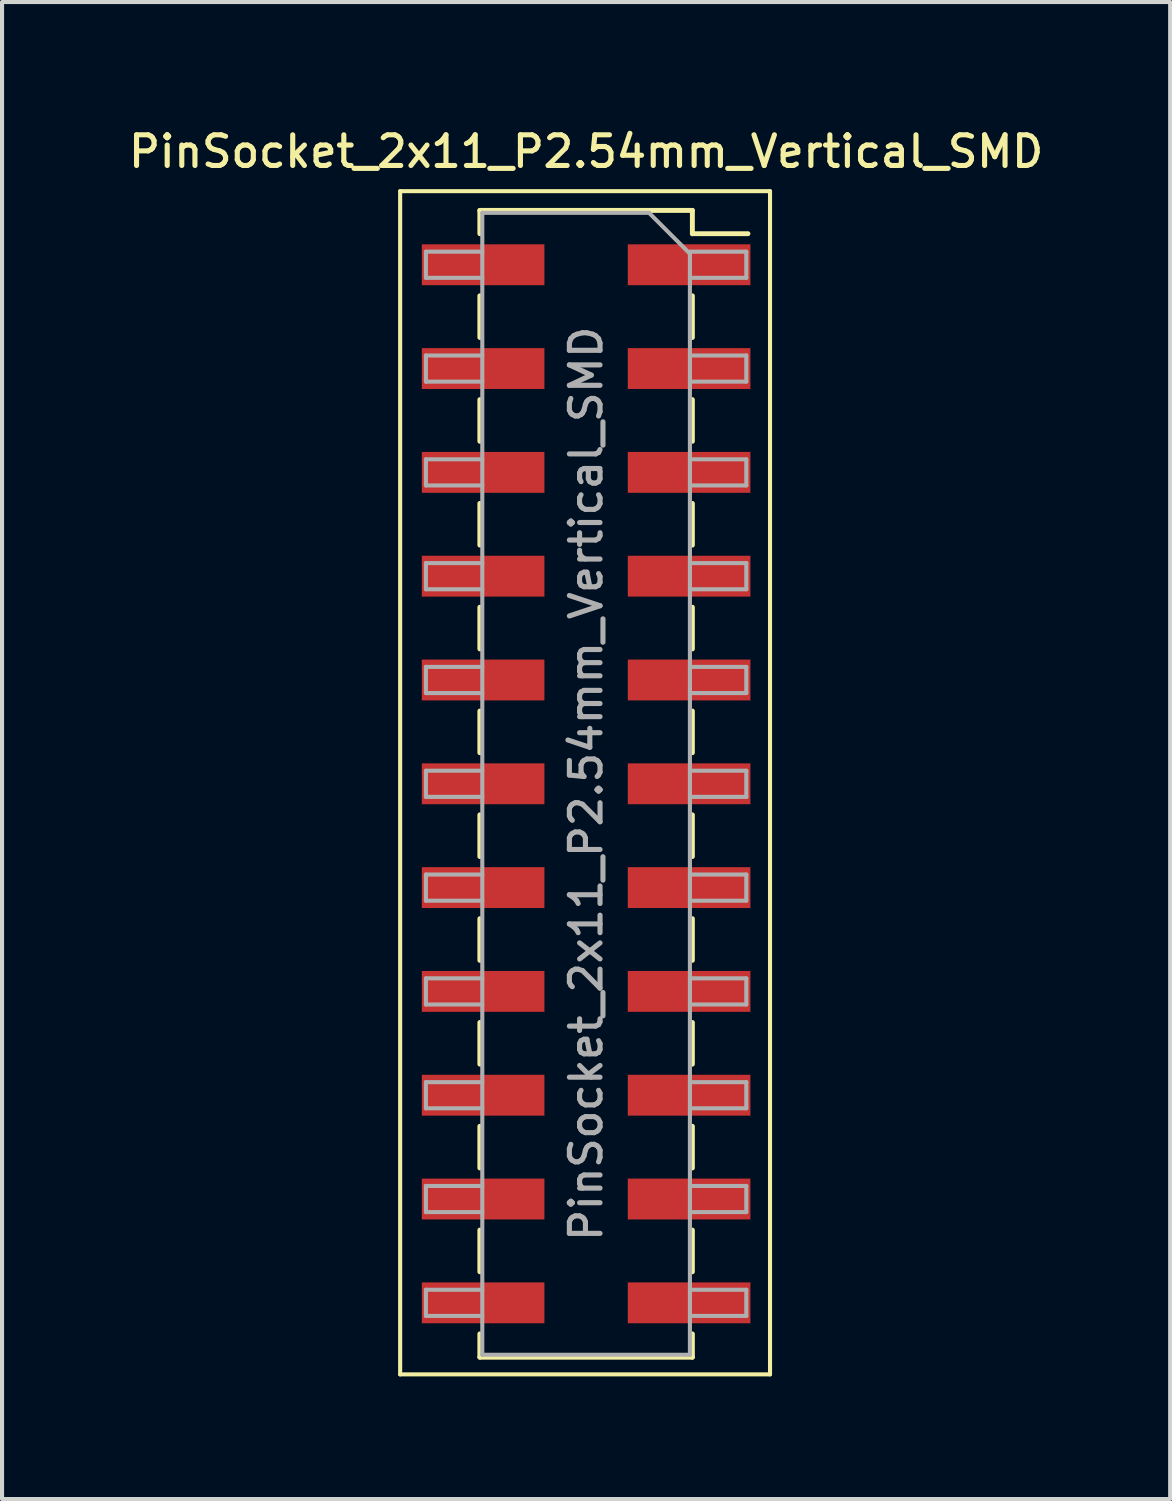
<source format=kicad_pcb>
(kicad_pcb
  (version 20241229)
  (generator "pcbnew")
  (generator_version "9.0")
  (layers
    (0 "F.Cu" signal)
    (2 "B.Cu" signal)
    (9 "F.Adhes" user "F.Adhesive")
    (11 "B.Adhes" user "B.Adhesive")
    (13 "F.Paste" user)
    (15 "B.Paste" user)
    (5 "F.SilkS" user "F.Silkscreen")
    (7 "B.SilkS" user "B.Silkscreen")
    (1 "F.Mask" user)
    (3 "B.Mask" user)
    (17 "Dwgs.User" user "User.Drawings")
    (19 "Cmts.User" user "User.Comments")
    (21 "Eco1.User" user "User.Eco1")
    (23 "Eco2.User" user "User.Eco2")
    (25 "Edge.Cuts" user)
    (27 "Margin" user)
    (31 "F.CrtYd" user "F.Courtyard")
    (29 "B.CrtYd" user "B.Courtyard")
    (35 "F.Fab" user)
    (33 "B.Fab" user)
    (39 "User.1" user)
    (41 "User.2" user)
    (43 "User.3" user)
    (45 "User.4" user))
  (footprint "PinSocket_2x11_P2.54mm_Vertical_SMD"
    (layer "F.Cu")
    (at 11.291 16.128)
    (property "Reference" "PinSocket_2x11_P2.54mm_Vertical_SMD" (at 0 -15.47 0) (layer "F.SilkS") (effects (font (size 0.75 0.75) (thickness 0.125))))
    (attr smd)
    (fp_line (start -4.55 -14.5) (end 4.5 -14.5) (stroke (width 0.1) (type solid)) (layer "F.SilkS"))
    (fp_line (start -4.55 14.45) (end -4.55 -14.5) (stroke (width 0.1) (type solid)) (layer "F.SilkS"))
    (fp_line (start -2.6 -14.03) (end -2.6 -13.46) (stroke (width 0.12) (type solid)) (layer "F.SilkS"))
    (fp_line (start -2.6 -14.03) (end 2.6 -14.03) (stroke (width 0.12) (type solid)) (layer "F.SilkS"))
    (fp_line (start -2.6 -11.94) (end -2.6 -10.92) (stroke (width 0.12) (type solid)) (layer "F.SilkS"))
    (fp_line (start -2.6 -9.4) (end -2.6 -8.38) (stroke (width 0.12) (type solid)) (layer "F.SilkS"))
    (fp_line (start -2.6 -6.86) (end -2.6 -5.84) (stroke (width 0.12) (type solid)) (layer "F.SilkS"))
    (fp_line (start -2.6 -4.32) (end -2.6 -3.3) (stroke (width 0.12) (type solid)) (layer "F.SilkS"))
    (fp_line (start -2.6 -1.78) (end -2.6 -0.76) (stroke (width 0.12) (type solid)) (layer "F.SilkS"))
    (fp_line (start -2.6 0.76) (end -2.6 1.78) (stroke (width 0.12) (type solid)) (layer "F.SilkS"))
    (fp_line (start -2.6 3.3) (end -2.6 4.32) (stroke (width 0.12) (type solid)) (layer "F.SilkS"))
    (fp_line (start -2.6 5.84) (end -2.6 6.86) (stroke (width 0.12) (type solid)) (layer "F.SilkS"))
    (fp_line (start -2.6 8.38) (end -2.6 9.4) (stroke (width 0.12) (type solid)) (layer "F.SilkS"))
    (fp_line (start -2.6 10.92) (end -2.6 11.94) (stroke (width 0.12) (type solid)) (layer "F.SilkS"))
    (fp_line (start -2.6 13.46) (end -2.6 14.03) (stroke (width 0.12) (type solid)) (layer "F.SilkS"))
    (fp_line (start -2.6 14.03) (end 2.6 14.03) (stroke (width 0.12) (type solid)) (layer "F.SilkS"))
    (fp_line (start 2.6 -14.03) (end 2.6 -13.46) (stroke (width 0.12) (type solid)) (layer "F.SilkS"))
    (fp_line (start 2.6 -13.46) (end 3.96 -13.46) (stroke (width 0.12) (type solid)) (layer "F.SilkS"))
    (fp_line (start 2.6 -11.94) (end 2.6 -10.92) (stroke (width 0.12) (type solid)) (layer "F.SilkS"))
    (fp_line (start 2.6 -9.4) (end 2.6 -8.38) (stroke (width 0.12) (type solid)) (layer "F.SilkS"))
    (fp_line (start 2.6 -6.86) (end 2.6 -5.84) (stroke (width 0.12) (type solid)) (layer "F.SilkS"))
    (fp_line (start 2.6 -4.32) (end 2.6 -3.3) (stroke (width 0.12) (type solid)) (layer "F.SilkS"))
    (fp_line (start 2.6 -1.78) (end 2.6 -0.76) (stroke (width 0.12) (type solid)) (layer "F.SilkS"))
    (fp_line (start 2.6 0.76) (end 2.6 1.78) (stroke (width 0.12) (type solid)) (layer "F.SilkS"))
    (fp_line (start 2.6 3.3) (end 2.6 4.32) (stroke (width 0.12) (type solid)) (layer "F.SilkS"))
    (fp_line (start 2.6 5.84) (end 2.6 6.86) (stroke (width 0.12) (type solid)) (layer "F.SilkS"))
    (fp_line (start 2.6 8.38) (end 2.6 9.4) (stroke (width 0.12) (type solid)) (layer "F.SilkS"))
    (fp_line (start 2.6 10.92) (end 2.6 11.94) (stroke (width 0.12) (type solid)) (layer "F.SilkS"))
    (fp_line (start 2.6 13.46) (end 2.6 14.03) (stroke (width 0.12) (type solid)) (layer "F.SilkS"))
    (fp_line (start 4.5 -14.5) (end 4.5 14.45) (stroke (width 0.1) (type solid)) (layer "F.SilkS"))
    (fp_line (start 4.5 14.45) (end -4.55 14.45) (stroke (width 0.1) (type solid)) (layer "F.SilkS"))
    (fp_line (start -3.92 -13.02) (end -2.54 -13.02) (stroke (width 0.1) (type solid)) (layer "F.Fab"))
    (fp_line (start -3.92 -12.38) (end -3.92 -13.02) (stroke (width 0.1) (type solid)) (layer "F.Fab"))
    (fp_line (start -3.92 -10.48) (end -2.54 -10.48) (stroke (width 0.1) (type solid)) (layer "F.Fab"))
    (fp_line (start -3.92 -9.84) (end -3.92 -10.48) (stroke (width 0.1) (type solid)) (layer "F.Fab"))
    (fp_line (start -3.92 -7.94) (end -2.54 -7.94) (stroke (width 0.1) (type solid)) (layer "F.Fab"))
    (fp_line (start -3.92 -7.3) (end -3.92 -7.94) (stroke (width 0.1) (type solid)) (layer "F.Fab"))
    (fp_line (start -3.92 -5.4) (end -2.54 -5.4) (stroke (width 0.1) (type solid)) (layer "F.Fab"))
    (fp_line (start -3.92 -4.76) (end -3.92 -5.4) (stroke (width 0.1) (type solid)) (layer "F.Fab"))
    (fp_line (start -3.92 -2.86) (end -2.54 -2.86) (stroke (width 0.1) (type solid)) (layer "F.Fab"))
    (fp_line (start -3.92 -2.22) (end -3.92 -2.86) (stroke (width 0.1) (type solid)) (layer "F.Fab"))
    (fp_line (start -3.92 -0.32) (end -2.54 -0.32) (stroke (width 0.1) (type solid)) (layer "F.Fab"))
    (fp_line (start -3.92 0.32) (end -3.92 -0.32) (stroke (width 0.1) (type solid)) (layer "F.Fab"))
    (fp_line (start -3.92 2.22) (end -2.54 2.22) (stroke (width 0.1) (type solid)) (layer "F.Fab"))
    (fp_line (start -3.92 2.86) (end -3.92 2.22) (stroke (width 0.1) (type solid)) (layer "F.Fab"))
    (fp_line (start -3.92 4.76) (end -2.54 4.76) (stroke (width 0.1) (type solid)) (layer "F.Fab"))
    (fp_line (start -3.92 5.4) (end -3.92 4.76) (stroke (width 0.1) (type solid)) (layer "F.Fab"))
    (fp_line (start -3.92 7.3) (end -2.54 7.3) (stroke (width 0.1) (type solid)) (layer "F.Fab"))
    (fp_line (start -3.92 7.94) (end -3.92 7.3) (stroke (width 0.1) (type solid)) (layer "F.Fab"))
    (fp_line (start -3.92 9.84) (end -2.54 9.84) (stroke (width 0.1) (type solid)) (layer "F.Fab"))
    (fp_line (start -3.92 10.48) (end -3.92 9.84) (stroke (width 0.1) (type solid)) (layer "F.Fab"))
    (fp_line (start -3.92 12.38) (end -2.54 12.38) (stroke (width 0.1) (type solid)) (layer "F.Fab"))
    (fp_line (start -3.92 13.02) (end -3.92 12.38) (stroke (width 0.1) (type solid)) (layer "F.Fab"))
    (fp_line (start -2.54 -13.97) (end 1.54 -13.97) (stroke (width 0.1) (type solid)) (layer "F.Fab"))
    (fp_line (start -2.54 -12.38) (end -3.92 -12.38) (stroke (width 0.1) (type solid)) (layer "F.Fab"))
    (fp_line (start -2.54 -9.84) (end -3.92 -9.84) (stroke (width 0.1) (type solid)) (layer "F.Fab"))
    (fp_line (start -2.54 -7.3) (end -3.92 -7.3) (stroke (width 0.1) (type solid)) (layer "F.Fab"))
    (fp_line (start -2.54 -4.76) (end -3.92 -4.76) (stroke (width 0.1) (type solid)) (layer "F.Fab"))
    (fp_line (start -2.54 -2.22) (end -3.92 -2.22) (stroke (width 0.1) (type solid)) (layer "F.Fab"))
    (fp_line (start -2.54 0.32) (end -3.92 0.32) (stroke (width 0.1) (type solid)) (layer "F.Fab"))
    (fp_line (start -2.54 2.86) (end -3.92 2.86) (stroke (width 0.1) (type solid)) (layer "F.Fab"))
    (fp_line (start -2.54 5.4) (end -3.92 5.4) (stroke (width 0.1) (type solid)) (layer "F.Fab"))
    (fp_line (start -2.54 7.94) (end -3.92 7.94) (stroke (width 0.1) (type solid)) (layer "F.Fab"))
    (fp_line (start -2.54 10.48) (end -3.92 10.48) (stroke (width 0.1) (type solid)) (layer "F.Fab"))
    (fp_line (start -2.54 13.02) (end -3.92 13.02) (stroke (width 0.1) (type solid)) (layer "F.Fab"))
    (fp_line (start -2.54 13.97) (end -2.54 -13.97) (stroke (width 0.1) (type solid)) (layer "F.Fab"))
    (fp_line (start 1.54 -13.97) (end 2.54 -12.97) (stroke (width 0.1) (type solid)) (layer "F.Fab"))
    (fp_line (start 2.54 -13.02) (end 3.92 -13.02) (stroke (width 0.1) (type solid)) (layer "F.Fab"))
    (fp_line (start 2.54 -12.97) (end 2.54 13.97) (stroke (width 0.1) (type solid)) (layer "F.Fab"))
    (fp_line (start 2.54 -10.48) (end 3.92 -10.48) (stroke (width 0.1) (type solid)) (layer "F.Fab"))
    (fp_line (start 2.54 -7.94) (end 3.92 -7.94) (stroke (width 0.1) (type solid)) (layer "F.Fab"))
    (fp_line (start 2.54 -5.4) (end 3.92 -5.4) (stroke (width 0.1) (type solid)) (layer "F.Fab"))
    (fp_line (start 2.54 -2.86) (end 3.92 -2.86) (stroke (width 0.1) (type solid)) (layer "F.Fab"))
    (fp_line (start 2.54 -0.32) (end 3.92 -0.32) (stroke (width 0.1) (type solid)) (layer "F.Fab"))
    (fp_line (start 2.54 2.22) (end 3.92 2.22) (stroke (width 0.1) (type solid)) (layer "F.Fab"))
    (fp_line (start 2.54 4.76) (end 3.92 4.76) (stroke (width 0.1) (type solid)) (layer "F.Fab"))
    (fp_line (start 2.54 7.3) (end 3.92 7.3) (stroke (width 0.1) (type solid)) (layer "F.Fab"))
    (fp_line (start 2.54 9.84) (end 3.92 9.84) (stroke (width 0.1) (type solid)) (layer "F.Fab"))
    (fp_line (start 2.54 12.38) (end 3.92 12.38) (stroke (width 0.1) (type solid)) (layer "F.Fab"))
    (fp_line (start 2.54 13.97) (end -2.54 13.97) (stroke (width 0.1) (type solid)) (layer "F.Fab"))
    (fp_line (start 3.92 -13.02) (end 3.92 -12.38) (stroke (width 0.1) (type solid)) (layer "F.Fab"))
    (fp_line (start 3.92 -12.38) (end 2.54 -12.38) (stroke (width 0.1) (type solid)) (layer "F.Fab"))
    (fp_line (start 3.92 -10.48) (end 3.92 -9.84) (stroke (width 0.1) (type solid)) (layer "F.Fab"))
    (fp_line (start 3.92 -9.84) (end 2.54 -9.84) (stroke (width 0.1) (type solid)) (layer "F.Fab"))
    (fp_line (start 3.92 -7.94) (end 3.92 -7.3) (stroke (width 0.1) (type solid)) (layer "F.Fab"))
    (fp_line (start 3.92 -7.3) (end 2.54 -7.3) (stroke (width 0.1) (type solid)) (layer "F.Fab"))
    (fp_line (start 3.92 -5.4) (end 3.92 -4.76) (stroke (width 0.1) (type solid)) (layer "F.Fab"))
    (fp_line (start 3.92 -4.76) (end 2.54 -4.76) (stroke (width 0.1) (type solid)) (layer "F.Fab"))
    (fp_line (start 3.92 -2.86) (end 3.92 -2.22) (stroke (width 0.1) (type solid)) (layer "F.Fab"))
    (fp_line (start 3.92 -2.22) (end 2.54 -2.22) (stroke (width 0.1) (type solid)) (layer "F.Fab"))
    (fp_line (start 3.92 -0.32) (end 3.92 0.32) (stroke (width 0.1) (type solid)) (layer "F.Fab"))
    (fp_line (start 3.92 0.32) (end 2.54 0.32) (stroke (width 0.1) (type solid)) (layer "F.Fab"))
    (fp_line (start 3.92 2.22) (end 3.92 2.86) (stroke (width 0.1) (type solid)) (layer "F.Fab"))
    (fp_line (start 3.92 2.86) (end 2.54 2.86) (stroke (width 0.1) (type solid)) (layer "F.Fab"))
    (fp_line (start 3.92 4.76) (end 3.92 5.4) (stroke (width 0.1) (type solid)) (layer "F.Fab"))
    (fp_line (start 3.92 5.4) (end 2.54 5.4) (stroke (width 0.1) (type solid)) (layer "F.Fab"))
    (fp_line (start 3.92 7.3) (end 3.92 7.94) (stroke (width 0.1) (type solid)) (layer "F.Fab"))
    (fp_line (start 3.92 7.94) (end 2.54 7.94) (stroke (width 0.1) (type solid)) (layer "F.Fab"))
    (fp_line (start 3.92 9.84) (end 3.92 10.48) (stroke (width 0.1) (type solid)) (layer "F.Fab"))
    (fp_line (start 3.92 10.48) (end 2.54 10.48) (stroke (width 0.1) (type solid)) (layer "F.Fab"))
    (fp_line (start 3.92 12.38) (end 3.92 13.02) (stroke (width 0.1) (type solid)) (layer "F.Fab"))
    (fp_line (start 3.92 13.02) (end 2.54 13.02) (stroke (width 0.1) (type solid)) (layer "F.Fab"))
    (fp_text user "${REFERENCE}" (at 0 0 90) (layer "F.Fab") (effects (font (size 0.75 0.75) (thickness 0.125))))
    (pad "1" smd rect (at 2.52 -12.7) (size 3 1) (layers "F.Cu" "F.Mask" "F.Paste"))
    (pad "2" smd rect (at -2.52 -12.7) (size 3 1) (layers "F.Cu" "F.Mask" "F.Paste"))
    (pad "3" smd rect (at 2.52 -10.16) (size 3 1) (layers "F.Cu" "F.Mask" "F.Paste"))
    (pad "4" smd rect (at -2.52 -10.16) (size 3 1) (layers "F.Cu" "F.Mask" "F.Paste"))
    (pad "5" smd rect (at 2.52 -7.62) (size 3 1) (layers "F.Cu" "F.Mask" "F.Paste"))
    (pad "6" smd rect (at -2.52 -7.62) (size 3 1) (layers "F.Cu" "F.Mask" "F.Paste"))
    (pad "7" smd rect (at 2.52 -5.08) (size 3 1) (layers "F.Cu" "F.Mask" "F.Paste"))
    (pad "8" smd rect (at -2.52 -5.08) (size 3 1) (layers "F.Cu" "F.Mask" "F.Paste"))
    (pad "9" smd rect (at 2.52 -2.54) (size 3 1) (layers "F.Cu" "F.Mask" "F.Paste"))
    (pad "10" smd rect (at -2.52 -2.54) (size 3 1) (layers "F.Cu" "F.Mask" "F.Paste"))
    (pad "11" smd rect (at 2.52 0) (size 3 1) (layers "F.Cu" "F.Mask" "F.Paste"))
    (pad "12" smd rect (at -2.52 0) (size 3 1) (layers "F.Cu" "F.Mask" "F.Paste"))
    (pad "13" smd rect (at 2.52 2.54) (size 3 1) (layers "F.Cu" "F.Mask" "F.Paste"))
    (pad "14" smd rect (at -2.52 2.54) (size 3 1) (layers "F.Cu" "F.Mask" "F.Paste"))
    (pad "15" smd rect (at 2.52 5.08) (size 3 1) (layers "F.Cu" "F.Mask" "F.Paste"))
    (pad "16" smd rect (at -2.52 5.08) (size 3 1) (layers "F.Cu" "F.Mask" "F.Paste"))
    (pad "17" smd rect (at 2.52 7.62) (size 3 1) (layers "F.Cu" "F.Mask" "F.Paste"))
    (pad "18" smd rect (at -2.52 7.62) (size 3 1) (layers "F.Cu" "F.Mask" "F.Paste"))
    (pad "19" smd rect (at 2.52 10.16) (size 3 1) (layers "F.Cu" "F.Mask" "F.Paste"))
    (pad "20" smd rect (at -2.52 10.16) (size 3 1) (layers "F.Cu" "F.Mask" "F.Paste"))
    (pad "21" smd rect (at 2.52 12.7) (size 3 1) (layers "F.Cu" "F.Mask" "F.Paste"))
    (pad "22" smd rect (at -2.52 12.7) (size 3 1) (layers "F.Cu" "F.Mask" "F.Paste")))
  (gr_rect
    (start -3 -3)
    (end 25.582 33.628)
    (stroke (width 0.1) (type default))
    (fill no)
    (layer "Edge.Cuts")))
</source>
